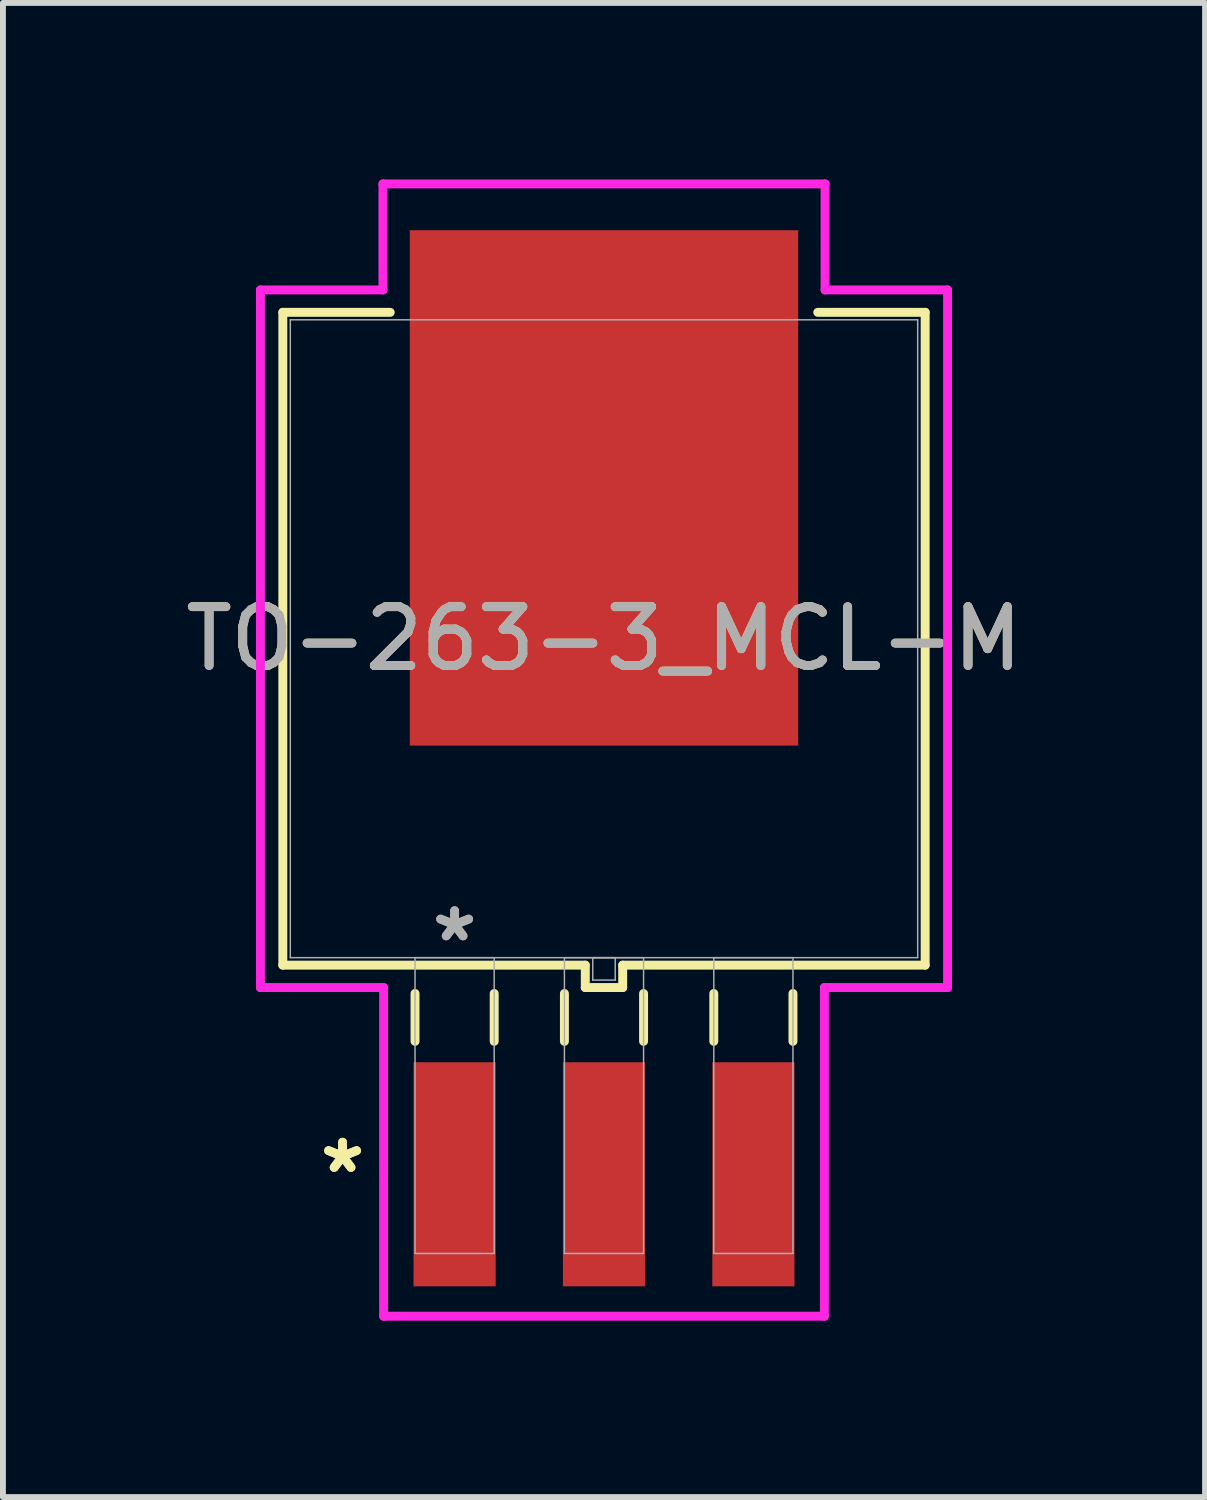
<source format=kicad_pcb>
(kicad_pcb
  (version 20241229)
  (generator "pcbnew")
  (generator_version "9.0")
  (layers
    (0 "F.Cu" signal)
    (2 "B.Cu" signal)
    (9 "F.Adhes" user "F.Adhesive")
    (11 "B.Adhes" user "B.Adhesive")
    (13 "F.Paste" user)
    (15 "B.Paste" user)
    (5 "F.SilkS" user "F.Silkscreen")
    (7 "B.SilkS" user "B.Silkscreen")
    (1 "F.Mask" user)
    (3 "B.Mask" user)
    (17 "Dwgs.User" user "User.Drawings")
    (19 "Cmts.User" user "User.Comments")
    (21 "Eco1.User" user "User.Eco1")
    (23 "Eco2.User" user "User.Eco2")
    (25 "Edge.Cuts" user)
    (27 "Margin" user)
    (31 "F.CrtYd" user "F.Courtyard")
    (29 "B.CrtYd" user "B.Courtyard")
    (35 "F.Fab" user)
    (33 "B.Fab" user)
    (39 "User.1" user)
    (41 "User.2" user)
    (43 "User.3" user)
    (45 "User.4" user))
  (footprint "TO-263-3_MCL-M"
    (layer "F.Cu")
    (at 7.22 7.811)
    (property "Reference" "TO-263-3_MCL-M" (at 0 0 0) (unlocked yes) (layer "F.SilkS") (effects (font (size 1 1) (thickness 0.15))))
    (attr smd)
    (fp_line (start -5.461 -5.55) (end -5.461 5.55) (stroke (width 0.152) (type solid)) (layer "F.SilkS"))
    (fp_line (start -5.461 5.55) (end -0.318 5.55) (stroke (width 0.152) (type solid)) (layer "F.SilkS"))
    (fp_line (start -3.635 -5.55) (end -5.461 -5.55) (stroke (width 0.152) (type solid)) (layer "F.SilkS"))
    (fp_line (start -3.213 6.032) (end -3.213 6.845) (stroke (width 0.152) (type solid)) (layer "F.SilkS"))
    (fp_line (start -1.867 6.032) (end -1.867 6.845) (stroke (width 0.152) (type solid)) (layer "F.SilkS"))
    (fp_line (start -0.673 6.032) (end -0.673 6.845) (stroke (width 0.152) (type solid)) (layer "F.SilkS"))
    (fp_line (start -0.318 5.55) (end -0.318 5.931) (stroke (width 0.152) (type solid)) (layer "F.SilkS"))
    (fp_line (start -0.318 5.931) (end 0.318 5.931) (stroke (width 0.152) (type solid)) (layer "F.SilkS"))
    (fp_line (start 0.318 5.55) (end 5.461 5.55) (stroke (width 0.152) (type solid)) (layer "F.SilkS"))
    (fp_line (start 0.318 5.931) (end 0.318 5.55) (stroke (width 0.152) (type solid)) (layer "F.SilkS"))
    (fp_line (start 0.673 6.032) (end 0.673 6.845) (stroke (width 0.152) (type solid)) (layer "F.SilkS"))
    (fp_line (start 1.867 6.032) (end 1.867 6.845) (stroke (width 0.152) (type solid)) (layer "F.SilkS"))
    (fp_line (start 3.213 6.032) (end 3.213 6.845) (stroke (width 0.152) (type solid)) (layer "F.SilkS"))
    (fp_line (start 5.461 -5.55) (end 3.635 -5.55) (stroke (width 0.152) (type solid)) (layer "F.SilkS"))
    (fp_line (start 5.461 5.55) (end 5.461 -5.55) (stroke (width 0.152) (type solid)) (layer "F.SilkS"))
    (fp_line (start -5.842 -5.931) (end -3.759 -5.931) (stroke (width 0.152) (type solid)) (layer "F.CrtYd"))
    (fp_line (start -5.842 5.931) (end -5.842 -5.931) (stroke (width 0.152) (type solid)) (layer "F.CrtYd"))
    (fp_line (start -3.759 -7.734) (end 3.759 -7.734) (stroke (width 0.152) (type solid)) (layer "F.CrtYd"))
    (fp_line (start -3.759 -5.931) (end -3.759 -7.734) (stroke (width 0.152) (type solid)) (layer "F.CrtYd"))
    (fp_line (start -3.747 5.931) (end -5.842 5.931) (stroke (width 0.152) (type solid)) (layer "F.CrtYd"))
    (fp_line (start -3.747 11.519) (end -3.747 5.931) (stroke (width 0.152) (type solid)) (layer "F.CrtYd"))
    (fp_line (start 3.747 5.931) (end 3.747 11.519) (stroke (width 0.152) (type solid)) (layer "F.CrtYd"))
    (fp_line (start 3.747 11.519) (end -3.747 11.519) (stroke (width 0.152) (type solid)) (layer "F.CrtYd"))
    (fp_line (start 3.759 -7.734) (end 3.759 -5.931) (stroke (width 0.152) (type solid)) (layer "F.CrtYd"))
    (fp_line (start 3.759 -5.931) (end 5.842 -5.931) (stroke (width 0.152) (type solid)) (layer "F.CrtYd"))
    (fp_line (start 5.842 -5.931) (end 5.842 5.931) (stroke (width 0.152) (type solid)) (layer "F.CrtYd"))
    (fp_line (start 5.842 5.931) (end 3.747 5.931) (stroke (width 0.152) (type solid)) (layer "F.CrtYd"))
    (fp_line (start -5.334 -5.423) (end -5.334 5.423) (stroke (width 0.025) (type solid)) (layer "F.Fab"))
    (fp_line (start -5.334 5.423) (end 5.334 5.423) (stroke (width 0.025) (type solid)) (layer "F.Fab"))
    (fp_line (start -3.213 5.423) (end -3.213 10.452) (stroke (width 0.025) (type solid)) (layer "F.Fab"))
    (fp_line (start -3.213 10.452) (end -1.867 10.452) (stroke (width 0.025) (type solid)) (layer "F.Fab"))
    (fp_line (start -1.867 5.423) (end -3.213 5.423) (stroke (width 0.025) (type solid)) (layer "F.Fab"))
    (fp_line (start -1.867 10.452) (end -1.867 5.423) (stroke (width 0.025) (type solid)) (layer "F.Fab"))
    (fp_line (start -0.673 5.423) (end -0.673 10.452) (stroke (width 0.025) (type solid)) (layer "F.Fab"))
    (fp_line (start -0.673 10.452) (end 0.673 10.452) (stroke (width 0.025) (type solid)) (layer "F.Fab"))
    (fp_line (start -0.191 5.423) (end -0.191 5.804) (stroke (width 0.025) (type solid)) (layer "F.Fab"))
    (fp_line (start -0.191 5.804) (end 0.191 5.804) (stroke (width 0.025) (type solid)) (layer "F.Fab"))
    (fp_line (start 0.191 5.423) (end -0.191 5.423) (stroke (width 0.025) (type solid)) (layer "F.Fab"))
    (fp_line (start 0.191 5.804) (end 0.191 5.423) (stroke (width 0.025) (type solid)) (layer "F.Fab"))
    (fp_line (start 0.673 5.423) (end -0.673 5.423) (stroke (width 0.025) (type solid)) (layer "F.Fab"))
    (fp_line (start 0.673 10.452) (end 0.673 5.423) (stroke (width 0.025) (type solid)) (layer "F.Fab"))
    (fp_line (start 1.867 5.423) (end 1.867 10.452) (stroke (width 0.025) (type solid)) (layer "F.Fab"))
    (fp_line (start 1.867 10.452) (end 3.213 10.452) (stroke (width 0.025) (type solid)) (layer "F.Fab"))
    (fp_line (start 3.213 5.423) (end 1.867 5.423) (stroke (width 0.025) (type solid)) (layer "F.Fab"))
    (fp_line (start 3.213 10.452) (end 3.213 5.423) (stroke (width 0.025) (type solid)) (layer "F.Fab"))
    (fp_line (start 5.334 -5.423) (end -5.334 -5.423) (stroke (width 0.025) (type solid)) (layer "F.Fab"))
    (fp_line (start 5.334 5.423) (end 5.334 -5.423) (stroke (width 0.025) (type solid)) (layer "F.Fab"))
    (fp_text user "*" (at -4.445 9.106 0) (unlocked yes) (layer "F.SilkS") (effects (font (size 1 1) (thickness 0.15))))
    (fp_text user "*" (at -4.445 9.106 0) (layer "F.SilkS") (effects (font (size 1 1) (thickness 0.15))))
    (fp_text user "${REFERENCE}" (at 0 0 0) (unlocked yes) (layer "F.Fab") (effects (font (size 1 1) (thickness 0.15))))
    (fp_text user "*" (at -2.54 5.169 0) (layer "F.Fab") (effects (font (size 1 1) (thickness 0.15))))
    (fp_text user "*" (at -2.54 5.169 0) (unlocked yes) (layer "F.Fab") (effects (font (size 1 1) (thickness 0.15))))
    (pad "1" smd rect (at -2.54 9.106) (size 1.397 3.81) (layers "F.Cu" "F.Mask" "F.Paste"))
    (pad "2" smd rect (at 0 9.106) (size 1.397 3.81) (layers "F.Cu" "F.Mask" "F.Paste"))
    (pad "3" smd rect (at 2.54 9.106) (size 1.397 3.81) (layers "F.Cu" "F.Mask" "F.Paste"))
    (pad "4" smd rect (at 0 -2.565) (size 6.604 8.763) (layers "F.Cu" "F.Mask" "F.Paste")))
  (gr_rect
    (start -3 -3)
    (end 17.44 22.406)
    (stroke (width 0.1) (type default))
    (fill no)
    (layer "Edge.Cuts")))
</source>
